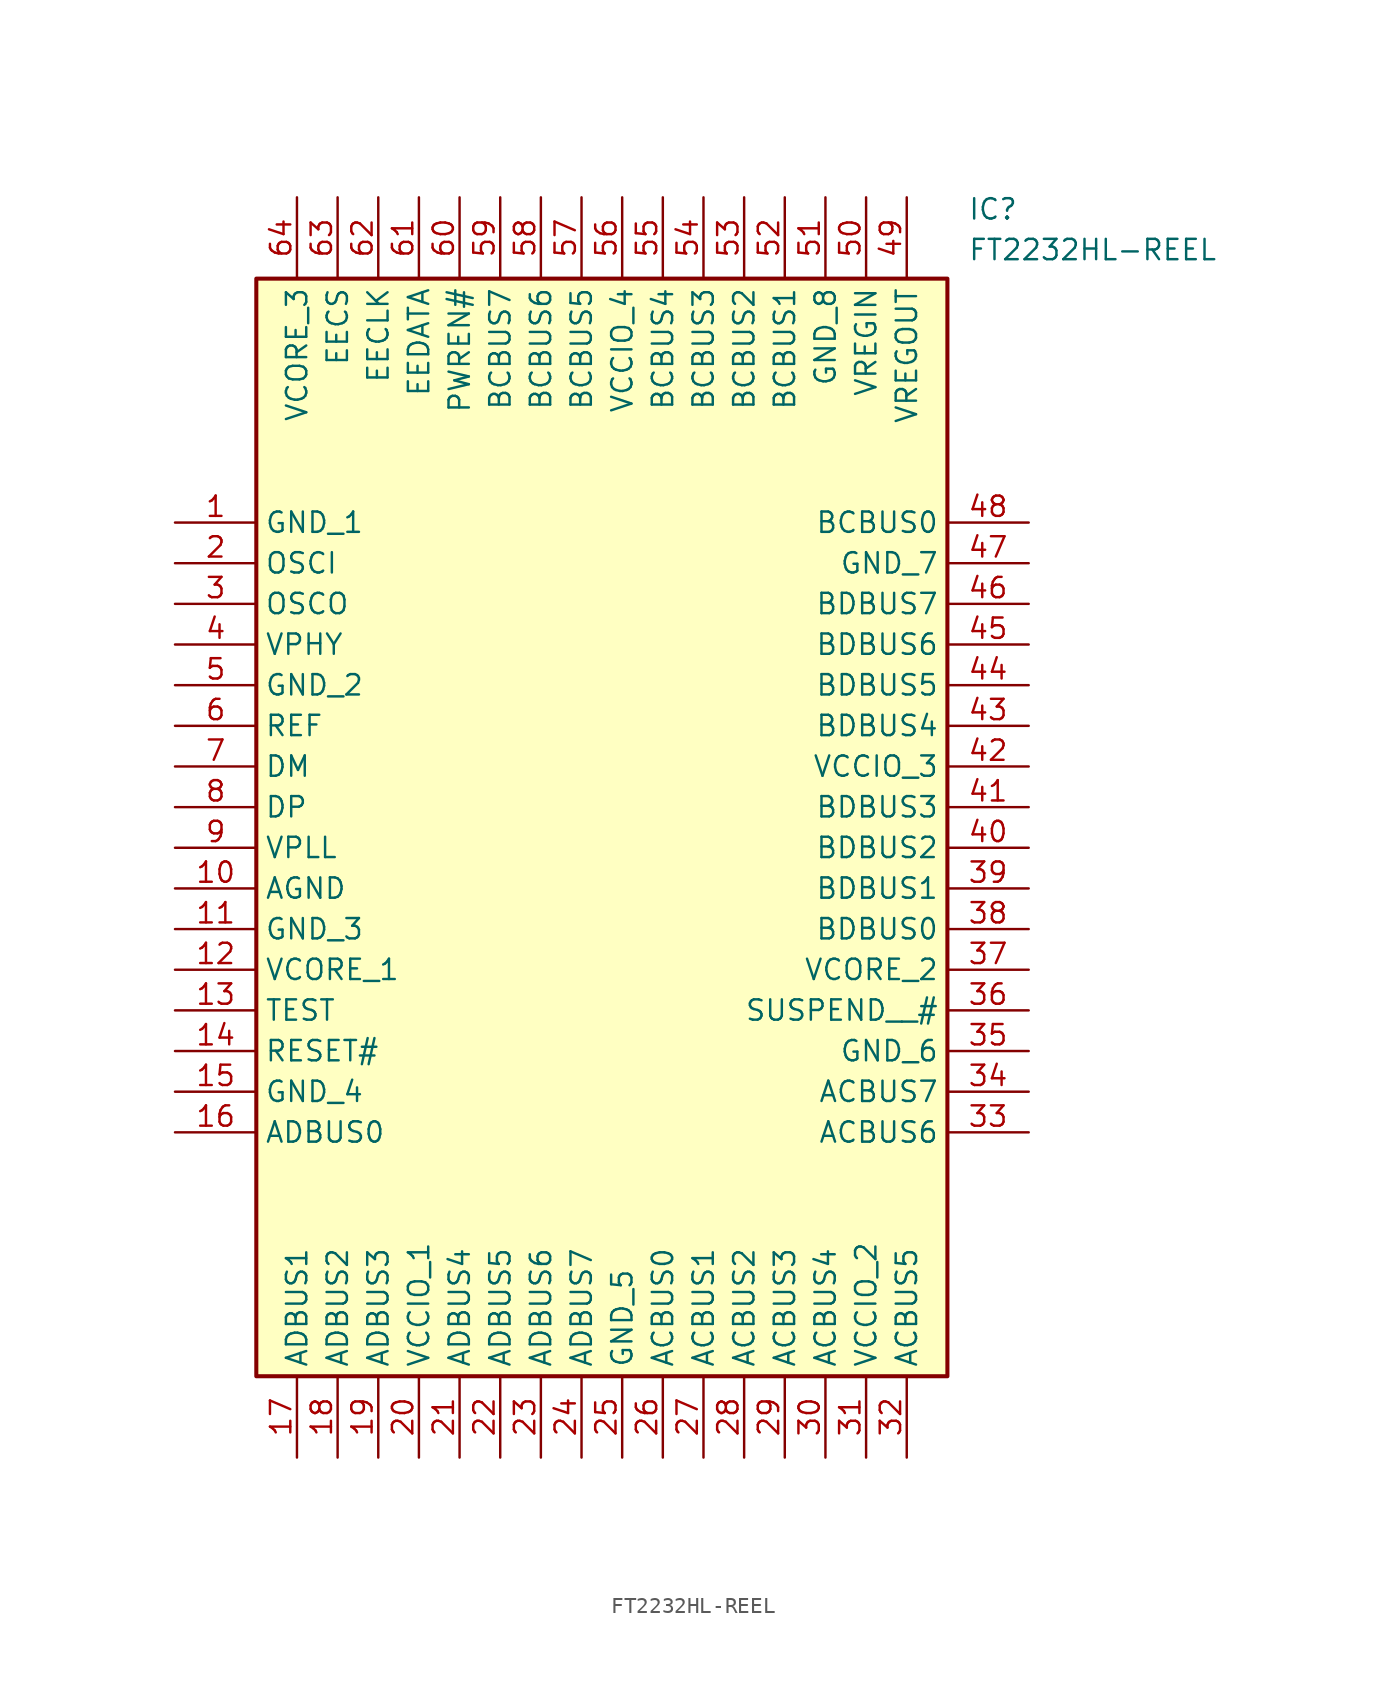
<source format=kicad_sym>
(kicad_symbol_lib
  (version 20211014)
  (generator SamacSys_ECAD_Model)
  (symbol "FT2232HL-REEL"
    (property "Reference" "IC"
      (at 49.53 20.32 0)
      (effects (font (size 1.27 1.27)) (justify left top)))
    (property "Value" "FT2232HL-REEL"
      (at 49.53 17.78 0)
      (effects (font (size 1.27 1.27)) (justify left top)))
    (rectangle
      (start 5.08 15.24)
      (end 48.26 -53.34)
      (stroke (width 0.254) (type default))
      (fill (type background)))
    (pin passive line
      (at 0 0 0)
      (length 5.08)
      (name "GND_1" (effects (font (size 1.27 1.27))))
      (number "1" (effects (font (size 1.27 1.27)))))
    (pin passive line
      (at 0 -2.54 0)
      (length 5.08)
      (name "OSCI" (effects (font (size 1.27 1.27))))
      (number "2" (effects (font (size 1.27 1.27)))))
    (pin passive line
      (at 0 -5.08 0)
      (length 5.08)
      (name "OSCO" (effects (font (size 1.27 1.27))))
      (number "3" (effects (font (size 1.27 1.27)))))
    (pin passive line
      (at 0 -7.62 0)
      (length 5.08)
      (name "VPHY" (effects (font (size 1.27 1.27))))
      (number "4" (effects (font (size 1.27 1.27)))))
    (pin passive line
      (at 0 -10.16 0)
      (length 5.08)
      (name "GND_2" (effects (font (size 1.27 1.27))))
      (number "5" (effects (font (size 1.27 1.27)))))
    (pin passive line
      (at 0 -12.7 0)
      (length 5.08)
      (name "REF" (effects (font (size 1.27 1.27))))
      (number "6" (effects (font (size 1.27 1.27)))))
    (pin passive line
      (at 0 -15.24 0)
      (length 5.08)
      (name "DM" (effects (font (size 1.27 1.27))))
      (number "7" (effects (font (size 1.27 1.27)))))
    (pin passive line
      (at 0 -17.78 0)
      (length 5.08)
      (name "DP" (effects (font (size 1.27 1.27))))
      (number "8" (effects (font (size 1.27 1.27)))))
    (pin passive line
      (at 0 -20.32 0)
      (length 5.08)
      (name "VPLL" (effects (font (size 1.27 1.27))))
      (number "9" (effects (font (size 1.27 1.27)))))
    (pin passive line
      (at 0 -22.86 0)
      (length 5.08)
      (name "AGND" (effects (font (size 1.27 1.27))))
      (number "10" (effects (font (size 1.27 1.27)))))
    (pin passive line
      (at 0 -25.4 0)
      (length 5.08)
      (name "GND_3" (effects (font (size 1.27 1.27))))
      (number "11" (effects (font (size 1.27 1.27)))))
    (pin passive line
      (at 0 -27.94 0)
      (length 5.08)
      (name "VCORE_1" (effects (font (size 1.27 1.27))))
      (number "12" (effects (font (size 1.27 1.27)))))
    (pin passive line
      (at 0 -30.48 0)
      (length 5.08)
      (name "TEST" (effects (font (size 1.27 1.27))))
      (number "13" (effects (font (size 1.27 1.27)))))
    (pin passive line
      (at 0 -33.02 0)
      (length 5.08)
      (name "RESET#" (effects (font (size 1.27 1.27))))
      (number "14" (effects (font (size 1.27 1.27)))))
    (pin passive line
      (at 0 -35.56 0)
      (length 5.08)
      (name "GND_4" (effects (font (size 1.27 1.27))))
      (number "15" (effects (font (size 1.27 1.27)))))
    (pin passive line
      (at 0 -38.1 0)
      (length 5.08)
      (name "ADBUS0" (effects (font (size 1.27 1.27))))
      (number "16" (effects (font (size 1.27 1.27)))))
    (pin passive line
      (at 7.62 -58.42 90)
      (length 5.08)
      (name "ADBUS1" (effects (font (size 1.27 1.27))))
      (number "17" (effects (font (size 1.27 1.27)))))
    (pin passive line
      (at 10.16 -58.42 90)
      (length 5.08)
      (name "ADBUS2" (effects (font (size 1.27 1.27))))
      (number "18" (effects (font (size 1.27 1.27)))))
    (pin passive line
      (at 12.7 -58.42 90)
      (length 5.08)
      (name "ADBUS3" (effects (font (size 1.27 1.27))))
      (number "19" (effects (font (size 1.27 1.27)))))
    (pin passive line
      (at 15.24 -58.42 90)
      (length 5.08)
      (name "VCCIO_1" (effects (font (size 1.27 1.27))))
      (number "20" (effects (font (size 1.27 1.27)))))
    (pin passive line
      (at 17.78 -58.42 90)
      (length 5.08)
      (name "ADBUS4" (effects (font (size 1.27 1.27))))
      (number "21" (effects (font (size 1.27 1.27)))))
    (pin passive line
      (at 20.32 -58.42 90)
      (length 5.08)
      (name "ADBUS5" (effects (font (size 1.27 1.27))))
      (number "22" (effects (font (size 1.27 1.27)))))
    (pin passive line
      (at 22.86 -58.42 90)
      (length 5.08)
      (name "ADBUS6" (effects (font (size 1.27 1.27))))
      (number "23" (effects (font (size 1.27 1.27)))))
    (pin passive line
      (at 25.4 -58.42 90)
      (length 5.08)
      (name "ADBUS7" (effects (font (size 1.27 1.27))))
      (number "24" (effects (font (size 1.27 1.27)))))
    (pin passive line
      (at 27.94 -58.42 90)
      (length 5.08)
      (name "GND_5" (effects (font (size 1.27 1.27))))
      (number "25" (effects (font (size 1.27 1.27)))))
    (pin passive line
      (at 30.48 -58.42 90)
      (length 5.08)
      (name "ACBUS0" (effects (font (size 1.27 1.27))))
      (number "26" (effects (font (size 1.27 1.27)))))
    (pin passive line
      (at 33.02 -58.42 90)
      (length 5.08)
      (name "ACBUS1" (effects (font (size 1.27 1.27))))
      (number "27" (effects (font (size 1.27 1.27)))))
    (pin passive line
      (at 35.56 -58.42 90)
      (length 5.08)
      (name "ACBUS2" (effects (font (size 1.27 1.27))))
      (number "28" (effects (font (size 1.27 1.27)))))
    (pin passive line
      (at 38.1 -58.42 90)
      (length 5.08)
      (name "ACBUS3" (effects (font (size 1.27 1.27))))
      (number "29" (effects (font (size 1.27 1.27)))))
    (pin passive line
      (at 40.64 -58.42 90)
      (length 5.08)
      (name "ACBUS4" (effects (font (size 1.27 1.27))))
      (number "30" (effects (font (size 1.27 1.27)))))
    (pin passive line
      (at 43.18 -58.42 90)
      (length 5.08)
      (name "VCCIO_2" (effects (font (size 1.27 1.27))))
      (number "31" (effects (font (size 1.27 1.27)))))
    (pin passive line
      (at 45.72 -58.42 90)
      (length 5.08)
      (name "ACBUS5" (effects (font (size 1.27 1.27))))
      (number "32" (effects (font (size 1.27 1.27)))))
    (pin passive line
      (at 53.34 0 180)
      (length 5.08)
      (name "BCBUS0" (effects (font (size 1.27 1.27))))
      (number "48" (effects (font (size 1.27 1.27)))))
    (pin passive line
      (at 53.34 -2.54 180)
      (length 5.08)
      (name "GND_7" (effects (font (size 1.27 1.27))))
      (number "47" (effects (font (size 1.27 1.27)))))
    (pin passive line
      (at 53.34 -5.08 180)
      (length 5.08)
      (name "BDBUS7" (effects (font (size 1.27 1.27))))
      (number "46" (effects (font (size 1.27 1.27)))))
    (pin passive line
      (at 53.34 -7.62 180)
      (length 5.08)
      (name "BDBUS6" (effects (font (size 1.27 1.27))))
      (number "45" (effects (font (size 1.27 1.27)))))
    (pin passive line
      (at 53.34 -10.16 180)
      (length 5.08)
      (name "BDBUS5" (effects (font (size 1.27 1.27))))
      (number "44" (effects (font (size 1.27 1.27)))))
    (pin passive line
      (at 53.34 -12.7 180)
      (length 5.08)
      (name "BDBUS4" (effects (font (size 1.27 1.27))))
      (number "43" (effects (font (size 1.27 1.27)))))
    (pin passive line
      (at 53.34 -15.24 180)
      (length 5.08)
      (name "VCCIO_3" (effects (font (size 1.27 1.27))))
      (number "42" (effects (font (size 1.27 1.27)))))
    (pin passive line
      (at 53.34 -17.78 180)
      (length 5.08)
      (name "BDBUS3" (effects (font (size 1.27 1.27))))
      (number "41" (effects (font (size 1.27 1.27)))))
    (pin passive line
      (at 53.34 -20.32 180)
      (length 5.08)
      (name "BDBUS2" (effects (font (size 1.27 1.27))))
      (number "40" (effects (font (size 1.27 1.27)))))
    (pin passive line
      (at 53.34 -22.86 180)
      (length 5.08)
      (name "BDBUS1" (effects (font (size 1.27 1.27))))
      (number "39" (effects (font (size 1.27 1.27)))))
    (pin passive line
      (at 53.34 -25.4 180)
      (length 5.08)
      (name "BDBUS0" (effects (font (size 1.27 1.27))))
      (number "38" (effects (font (size 1.27 1.27)))))
    (pin passive line
      (at 53.34 -27.94 180)
      (length 5.08)
      (name "VCORE_2" (effects (font (size 1.27 1.27))))
      (number "37" (effects (font (size 1.27 1.27)))))
    (pin passive line
      (at 53.34 -30.48 180)
      (length 5.08)
      (name "SUSPEND__#" (effects (font (size 1.27 1.27))))
      (number "36" (effects (font (size 1.27 1.27)))))
    (pin passive line
      (at 53.34 -33.02 180)
      (length 5.08)
      (name "GND_6" (effects (font (size 1.27 1.27))))
      (number "35" (effects (font (size 1.27 1.27)))))
    (pin passive line
      (at 53.34 -35.56 180)
      (length 5.08)
      (name "ACBUS7" (effects (font (size 1.27 1.27))))
      (number "34" (effects (font (size 1.27 1.27)))))
    (pin passive line
      (at 53.34 -38.1 180)
      (length 5.08)
      (name "ACBUS6" (effects (font (size 1.27 1.27))))
      (number "33" (effects (font (size 1.27 1.27)))))
    (pin passive line
      (at 7.62 20.32 270)
      (length 5.08)
      (name "VCORE_3" (effects (font (size 1.27 1.27))))
      (number "64" (effects (font (size 1.27 1.27)))))
    (pin passive line
      (at 10.16 20.32 270)
      (length 5.08)
      (name "EECS" (effects (font (size 1.27 1.27))))
      (number "63" (effects (font (size 1.27 1.27)))))
    (pin passive line
      (at 12.7 20.32 270)
      (length 5.08)
      (name "EECLK" (effects (font (size 1.27 1.27))))
      (number "62" (effects (font (size 1.27 1.27)))))
    (pin passive line
      (at 15.24 20.32 270)
      (length 5.08)
      (name "EEDATA" (effects (font (size 1.27 1.27))))
      (number "61" (effects (font (size 1.27 1.27)))))
    (pin passive line
      (at 17.78 20.32 270)
      (length 5.08)
      (name "PWREN#" (effects (font (size 1.27 1.27))))
      (number "60" (effects (font (size 1.27 1.27)))))
    (pin passive line
      (at 20.32 20.32 270)
      (length 5.08)
      (name "BCBUS7" (effects (font (size 1.27 1.27))))
      (number "59" (effects (font (size 1.27 1.27)))))
    (pin passive line
      (at 22.86 20.32 270)
      (length 5.08)
      (name "BCBUS6" (effects (font (size 1.27 1.27))))
      (number "58" (effects (font (size 1.27 1.27)))))
    (pin passive line
      (at 25.4 20.32 270)
      (length 5.08)
      (name "BCBUS5" (effects (font (size 1.27 1.27))))
      (number "57" (effects (font (size 1.27 1.27)))))
    (pin passive line
      (at 27.94 20.32 270)
      (length 5.08)
      (name "VCCIO_4" (effects (font (size 1.27 1.27))))
      (number "56" (effects (font (size 1.27 1.27)))))
    (pin passive line
      (at 30.48 20.32 270)
      (length 5.08)
      (name "BCBUS4" (effects (font (size 1.27 1.27))))
      (number "55" (effects (font (size 1.27 1.27)))))
    (pin passive line
      (at 33.02 20.32 270)
      (length 5.08)
      (name "BCBUS3" (effects (font (size 1.27 1.27))))
      (number "54" (effects (font (size 1.27 1.27)))))
    (pin passive line
      (at 35.56 20.32 270)
      (length 5.08)
      (name "BCBUS2" (effects (font (size 1.27 1.27))))
      (number "53" (effects (font (size 1.27 1.27)))))
    (pin passive line
      (at 38.1 20.32 270)
      (length 5.08)
      (name "BCBUS1" (effects (font (size 1.27 1.27))))
      (number "52" (effects (font (size 1.27 1.27)))))
    (pin passive line
      (at 40.64 20.32 270)
      (length 5.08)
      (name "GND_8" (effects (font (size 1.27 1.27))))
      (number "51" (effects (font (size 1.27 1.27)))))
    (pin passive line
      (at 43.18 20.32 270)
      (length 5.08)
      (name "VREGIN" (effects (font (size 1.27 1.27))))
      (number "50" (effects (font (size 1.27 1.27)))))
    (pin passive line
      (at 45.72 20.32 270)
      (length 5.08)
      (name "VREGOUT" (effects (font (size 1.27 1.27))))
      (number "49" (effects (font (size 1.27 1.27)))))))
</source>
